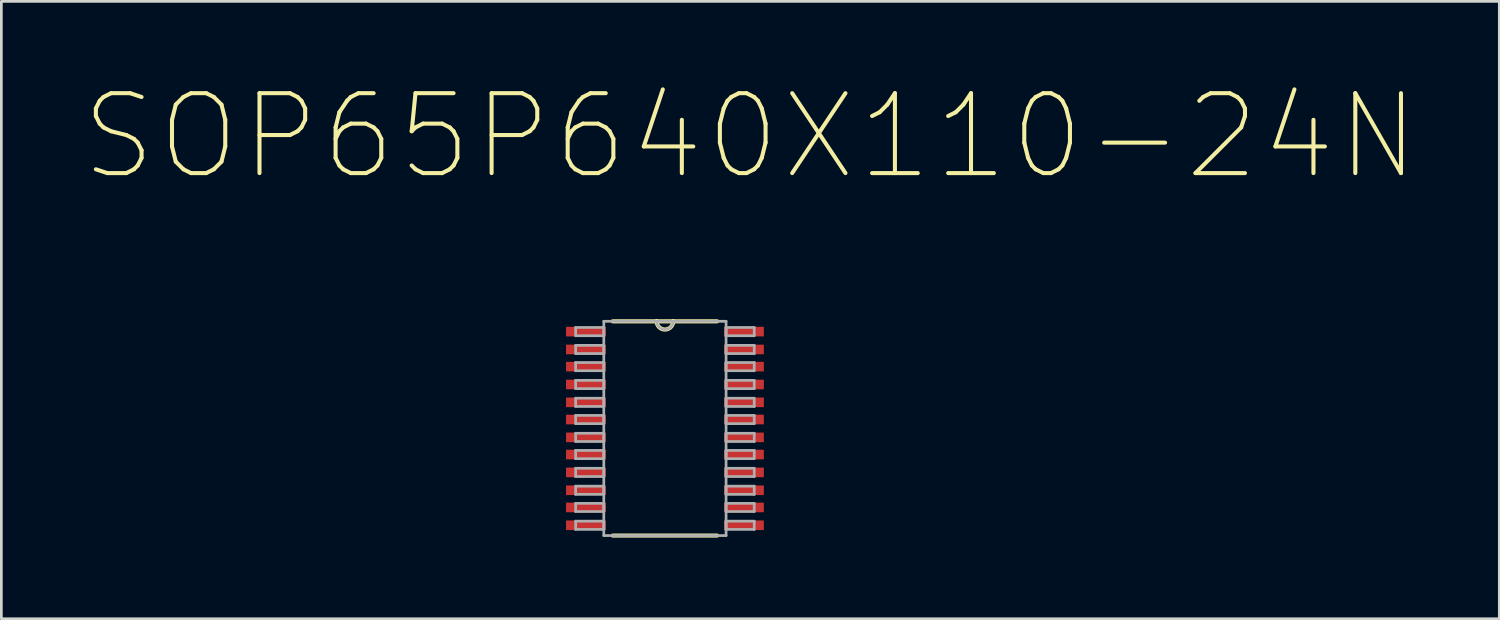
<source format=kicad_pcb>
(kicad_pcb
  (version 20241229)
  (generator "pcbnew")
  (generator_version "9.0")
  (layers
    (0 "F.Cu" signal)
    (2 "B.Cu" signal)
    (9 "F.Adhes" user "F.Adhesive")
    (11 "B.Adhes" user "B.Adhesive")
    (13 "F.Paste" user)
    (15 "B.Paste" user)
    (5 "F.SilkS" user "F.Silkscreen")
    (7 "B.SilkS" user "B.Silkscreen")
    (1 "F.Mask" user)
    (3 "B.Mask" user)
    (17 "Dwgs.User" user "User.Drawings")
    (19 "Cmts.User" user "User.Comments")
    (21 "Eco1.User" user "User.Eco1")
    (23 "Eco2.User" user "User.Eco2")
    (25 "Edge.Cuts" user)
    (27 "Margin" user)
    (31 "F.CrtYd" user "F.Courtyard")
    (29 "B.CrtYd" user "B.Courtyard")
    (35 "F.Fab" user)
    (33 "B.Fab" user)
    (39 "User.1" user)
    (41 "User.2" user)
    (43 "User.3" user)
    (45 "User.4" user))
  (footprint "SOP65P640X110-24N"
    (layer "F.Cu")
    (at 21.541 12.795)
    (property "Reference" "SOP65P640X110-24N" (at 3.158 -10.803 0) (layer "F.SilkS") (effects (font (size 2.955 2.955) (thickness 0.15))))
    (attr through_hole)
    (fp_line (start -1.93 3.962) (end 1.93 3.962) (stroke (width 0.152) (type solid)) (layer "F.SilkS"))
    (fp_line (start -0.305 -3.962) (end -1.93 -3.962) (stroke (width 0.152) (type solid)) (layer "F.SilkS"))
    (fp_line (start 0.305 -3.962) (end -0.305 -3.962) (stroke (width 0.152) (type solid)) (layer "F.SilkS"))
    (fp_line (start 1.93 -3.962) (end 0.305 -3.962) (stroke (width 0.152) (type solid)) (layer "F.SilkS"))
    (fp_arc (start 0.3048 -3.9624) (mid 0 -3.6576) (end -0.3048 -3.9624) (stroke (width 0.1524) (type solid)) (layer "F.SilkS"))
    (fp_line (start -3.302 -3.734) (end -3.302 -3.429) (stroke (width 0.1) (type solid)) (layer "F.Fab"))
    (fp_line (start -3.302 -3.429) (end -2.261 -3.429) (stroke (width 0.1) (type solid)) (layer "F.Fab"))
    (fp_line (start -3.302 -3.073) (end -3.302 -2.769) (stroke (width 0.1) (type solid)) (layer "F.Fab"))
    (fp_line (start -3.302 -2.769) (end -2.261 -2.769) (stroke (width 0.1) (type solid)) (layer "F.Fab"))
    (fp_line (start -3.302 -2.438) (end -3.302 -2.134) (stroke (width 0.1) (type solid)) (layer "F.Fab"))
    (fp_line (start -3.302 -2.134) (end -2.261 -2.134) (stroke (width 0.1) (type solid)) (layer "F.Fab"))
    (fp_line (start -3.302 -1.778) (end -3.302 -1.473) (stroke (width 0.1) (type solid)) (layer "F.Fab"))
    (fp_line (start -3.302 -1.473) (end -2.261 -1.473) (stroke (width 0.1) (type solid)) (layer "F.Fab"))
    (fp_line (start -3.302 -1.118) (end -3.302 -0.813) (stroke (width 0.1) (type solid)) (layer "F.Fab"))
    (fp_line (start -3.302 -0.813) (end -2.261 -0.813) (stroke (width 0.1) (type solid)) (layer "F.Fab"))
    (fp_line (start -3.302 -0.483) (end -3.302 -0.178) (stroke (width 0.1) (type solid)) (layer "F.Fab"))
    (fp_line (start -3.302 -0.178) (end -2.261 -0.178) (stroke (width 0.1) (type solid)) (layer "F.Fab"))
    (fp_line (start -3.302 0.178) (end -3.302 0.483) (stroke (width 0.1) (type solid)) (layer "F.Fab"))
    (fp_line (start -3.302 0.483) (end -2.261 0.483) (stroke (width 0.1) (type solid)) (layer "F.Fab"))
    (fp_line (start -3.302 0.813) (end -3.302 1.118) (stroke (width 0.1) (type solid)) (layer "F.Fab"))
    (fp_line (start -3.302 1.118) (end -2.261 1.118) (stroke (width 0.1) (type solid)) (layer "F.Fab"))
    (fp_line (start -3.302 1.473) (end -3.302 1.778) (stroke (width 0.1) (type solid)) (layer "F.Fab"))
    (fp_line (start -3.302 1.778) (end -2.261 1.778) (stroke (width 0.1) (type solid)) (layer "F.Fab"))
    (fp_line (start -3.302 2.134) (end -3.302 2.438) (stroke (width 0.1) (type solid)) (layer "F.Fab"))
    (fp_line (start -3.302 2.438) (end -2.261 2.438) (stroke (width 0.1) (type solid)) (layer "F.Fab"))
    (fp_line (start -3.302 2.769) (end -3.302 3.073) (stroke (width 0.1) (type solid)) (layer "F.Fab"))
    (fp_line (start -3.302 3.073) (end -2.261 3.073) (stroke (width 0.1) (type solid)) (layer "F.Fab"))
    (fp_line (start -3.302 3.429) (end -3.302 3.734) (stroke (width 0.1) (type solid)) (layer "F.Fab"))
    (fp_line (start -3.302 3.734) (end -2.261 3.734) (stroke (width 0.1) (type solid)) (layer "F.Fab"))
    (fp_line (start -2.261 -3.962) (end -2.261 3.962) (stroke (width 0.1) (type solid)) (layer "F.Fab"))
    (fp_line (start -2.261 -3.734) (end -3.302 -3.734) (stroke (width 0.1) (type solid)) (layer "F.Fab"))
    (fp_line (start -2.261 -3.429) (end -2.261 -3.734) (stroke (width 0.1) (type solid)) (layer "F.Fab"))
    (fp_line (start -2.261 -3.073) (end -3.302 -3.073) (stroke (width 0.1) (type solid)) (layer "F.Fab"))
    (fp_line (start -2.261 -2.769) (end -2.261 -3.073) (stroke (width 0.1) (type solid)) (layer "F.Fab"))
    (fp_line (start -2.261 -2.438) (end -3.302 -2.438) (stroke (width 0.1) (type solid)) (layer "F.Fab"))
    (fp_line (start -2.261 -2.134) (end -2.261 -2.438) (stroke (width 0.1) (type solid)) (layer "F.Fab"))
    (fp_line (start -2.261 -1.778) (end -3.302 -1.778) (stroke (width 0.1) (type solid)) (layer "F.Fab"))
    (fp_line (start -2.261 -1.473) (end -2.261 -1.778) (stroke (width 0.1) (type solid)) (layer "F.Fab"))
    (fp_line (start -2.261 -1.118) (end -3.302 -1.118) (stroke (width 0.1) (type solid)) (layer "F.Fab"))
    (fp_line (start -2.261 -0.813) (end -2.261 -1.118) (stroke (width 0.1) (type solid)) (layer "F.Fab"))
    (fp_line (start -2.261 -0.483) (end -3.302 -0.483) (stroke (width 0.1) (type solid)) (layer "F.Fab"))
    (fp_line (start -2.261 -0.178) (end -2.261 -0.483) (stroke (width 0.1) (type solid)) (layer "F.Fab"))
    (fp_line (start -2.261 0.178) (end -3.302 0.178) (stroke (width 0.1) (type solid)) (layer "F.Fab"))
    (fp_line (start -2.261 0.483) (end -2.261 0.178) (stroke (width 0.1) (type solid)) (layer "F.Fab"))
    (fp_line (start -2.261 0.813) (end -3.302 0.813) (stroke (width 0.1) (type solid)) (layer "F.Fab"))
    (fp_line (start -2.261 1.118) (end -2.261 0.813) (stroke (width 0.1) (type solid)) (layer "F.Fab"))
    (fp_line (start -2.261 1.473) (end -3.302 1.473) (stroke (width 0.1) (type solid)) (layer "F.Fab"))
    (fp_line (start -2.261 1.778) (end -2.261 1.473) (stroke (width 0.1) (type solid)) (layer "F.Fab"))
    (fp_line (start -2.261 2.134) (end -3.302 2.134) (stroke (width 0.1) (type solid)) (layer "F.Fab"))
    (fp_line (start -2.261 2.438) (end -2.261 2.134) (stroke (width 0.1) (type solid)) (layer "F.Fab"))
    (fp_line (start -2.261 2.769) (end -3.302 2.769) (stroke (width 0.1) (type solid)) (layer "F.Fab"))
    (fp_line (start -2.261 3.073) (end -2.261 2.769) (stroke (width 0.1) (type solid)) (layer "F.Fab"))
    (fp_line (start -2.261 3.429) (end -3.302 3.429) (stroke (width 0.1) (type solid)) (layer "F.Fab"))
    (fp_line (start -2.261 3.734) (end -2.261 3.429) (stroke (width 0.1) (type solid)) (layer "F.Fab"))
    (fp_line (start -2.261 3.962) (end 2.261 3.962) (stroke (width 0.1) (type solid)) (layer "F.Fab"))
    (fp_line (start -0.305 -3.962) (end -2.261 -3.962) (stroke (width 0.1) (type solid)) (layer "F.Fab"))
    (fp_line (start 0.305 -3.962) (end -0.305 -3.962) (stroke (width 0.1) (type solid)) (layer "F.Fab"))
    (fp_line (start 2.261 -3.962) (end 0.305 -3.962) (stroke (width 0.1) (type solid)) (layer "F.Fab"))
    (fp_line (start 2.261 -3.734) (end 2.261 -3.429) (stroke (width 0.1) (type solid)) (layer "F.Fab"))
    (fp_line (start 2.261 -3.429) (end 3.302 -3.429) (stroke (width 0.1) (type solid)) (layer "F.Fab"))
    (fp_line (start 2.261 -3.073) (end 2.261 -2.769) (stroke (width 0.1) (type solid)) (layer "F.Fab"))
    (fp_line (start 2.261 -2.769) (end 3.302 -2.769) (stroke (width 0.1) (type solid)) (layer "F.Fab"))
    (fp_line (start 2.261 -2.438) (end 2.261 -2.134) (stroke (width 0.1) (type solid)) (layer "F.Fab"))
    (fp_line (start 2.261 -2.134) (end 3.302 -2.134) (stroke (width 0.1) (type solid)) (layer "F.Fab"))
    (fp_line (start 2.261 -1.778) (end 2.261 -1.473) (stroke (width 0.1) (type solid)) (layer "F.Fab"))
    (fp_line (start 2.261 -1.473) (end 3.302 -1.473) (stroke (width 0.1) (type solid)) (layer "F.Fab"))
    (fp_line (start 2.261 -1.118) (end 2.261 -0.813) (stroke (width 0.1) (type solid)) (layer "F.Fab"))
    (fp_line (start 2.261 -0.813) (end 3.302 -0.813) (stroke (width 0.1) (type solid)) (layer "F.Fab"))
    (fp_line (start 2.261 -0.483) (end 2.261 -0.178) (stroke (width 0.1) (type solid)) (layer "F.Fab"))
    (fp_line (start 2.261 -0.178) (end 3.302 -0.178) (stroke (width 0.1) (type solid)) (layer "F.Fab"))
    (fp_line (start 2.261 0.178) (end 2.261 0.483) (stroke (width 0.1) (type solid)) (layer "F.Fab"))
    (fp_line (start 2.261 0.483) (end 3.302 0.483) (stroke (width 0.1) (type solid)) (layer "F.Fab"))
    (fp_line (start 2.261 0.813) (end 2.261 1.118) (stroke (width 0.1) (type solid)) (layer "F.Fab"))
    (fp_line (start 2.261 1.118) (end 3.302 1.118) (stroke (width 0.1) (type solid)) (layer "F.Fab"))
    (fp_line (start 2.261 1.473) (end 2.261 1.778) (stroke (width 0.1) (type solid)) (layer "F.Fab"))
    (fp_line (start 2.261 1.778) (end 3.302 1.778) (stroke (width 0.1) (type solid)) (layer "F.Fab"))
    (fp_line (start 2.261 2.134) (end 2.261 2.438) (stroke (width 0.1) (type solid)) (layer "F.Fab"))
    (fp_line (start 2.261 2.438) (end 3.302 2.438) (stroke (width 0.1) (type solid)) (layer "F.Fab"))
    (fp_line (start 2.261 2.769) (end 2.261 3.073) (stroke (width 0.1) (type solid)) (layer "F.Fab"))
    (fp_line (start 2.261 3.073) (end 3.302 3.073) (stroke (width 0.1) (type solid)) (layer "F.Fab"))
    (fp_line (start 2.261 3.429) (end 2.261 3.734) (stroke (width 0.1) (type solid)) (layer "F.Fab"))
    (fp_line (start 2.261 3.734) (end 3.302 3.734) (stroke (width 0.1) (type solid)) (layer "F.Fab"))
    (fp_line (start 2.261 3.962) (end 2.261 -3.962) (stroke (width 0.1) (type solid)) (layer "F.Fab"))
    (fp_line (start 3.302 -3.734) (end 2.261 -3.734) (stroke (width 0.1) (type solid)) (layer "F.Fab"))
    (fp_line (start 3.302 -3.429) (end 3.302 -3.734) (stroke (width 0.1) (type solid)) (layer "F.Fab"))
    (fp_line (start 3.302 -3.073) (end 2.261 -3.073) (stroke (width 0.1) (type solid)) (layer "F.Fab"))
    (fp_line (start 3.302 -2.769) (end 3.302 -3.073) (stroke (width 0.1) (type solid)) (layer "F.Fab"))
    (fp_line (start 3.302 -2.438) (end 2.261 -2.438) (stroke (width 0.1) (type solid)) (layer "F.Fab"))
    (fp_line (start 3.302 -2.134) (end 3.302 -2.438) (stroke (width 0.1) (type solid)) (layer "F.Fab"))
    (fp_line (start 3.302 -1.778) (end 2.261 -1.778) (stroke (width 0.1) (type solid)) (layer "F.Fab"))
    (fp_line (start 3.302 -1.473) (end 3.302 -1.778) (stroke (width 0.1) (type solid)) (layer "F.Fab"))
    (fp_line (start 3.302 -1.118) (end 2.261 -1.118) (stroke (width 0.1) (type solid)) (layer "F.Fab"))
    (fp_line (start 3.302 -0.813) (end 3.302 -1.118) (stroke (width 0.1) (type solid)) (layer "F.Fab"))
    (fp_line (start 3.302 -0.483) (end 2.261 -0.483) (stroke (width 0.1) (type solid)) (layer "F.Fab"))
    (fp_line (start 3.302 -0.178) (end 3.302 -0.483) (stroke (width 0.1) (type solid)) (layer "F.Fab"))
    (fp_line (start 3.302 0.178) (end 2.261 0.178) (stroke (width 0.1) (type solid)) (layer "F.Fab"))
    (fp_line (start 3.302 0.483) (end 3.302 0.178) (stroke (width 0.1) (type solid)) (layer "F.Fab"))
    (fp_line (start 3.302 0.813) (end 2.261 0.813) (stroke (width 0.1) (type solid)) (layer "F.Fab"))
    (fp_line (start 3.302 1.118) (end 3.302 0.813) (stroke (width 0.1) (type solid)) (layer "F.Fab"))
    (fp_line (start 3.302 1.473) (end 2.261 1.473) (stroke (width 0.1) (type solid)) (layer "F.Fab"))
    (fp_line (start 3.302 1.778) (end 3.302 1.473) (stroke (width 0.1) (type solid)) (layer "F.Fab"))
    (fp_line (start 3.302 2.134) (end 2.261 2.134) (stroke (width 0.1) (type solid)) (layer "F.Fab"))
    (fp_line (start 3.302 2.438) (end 3.302 2.134) (stroke (width 0.1) (type solid)) (layer "F.Fab"))
    (fp_line (start 3.302 2.769) (end 2.261 2.769) (stroke (width 0.1) (type solid)) (layer "F.Fab"))
    (fp_line (start 3.302 3.073) (end 3.302 2.769) (stroke (width 0.1) (type solid)) (layer "F.Fab"))
    (fp_line (start 3.302 3.429) (end 2.261 3.429) (stroke (width 0.1) (type solid)) (layer "F.Fab"))
    (fp_line (start 3.302 3.734) (end 3.302 3.429) (stroke (width 0.1) (type solid)) (layer "F.Fab"))
    (fp_arc (start 0.3048 -3.9624) (mid 0 -3.6576) (end -0.3048 -3.9624) (stroke (width 0.1) (type solid)) (layer "F.Fab"))
    (pad "1" smd rect (at -2.921 -3.581) (size 1.473 0.356) (layers "F.Cu" "F.Mask" "F.Paste"))
    (pad "2" smd rect (at -2.921 -2.921) (size 1.473 0.356) (layers "F.Cu" "F.Mask" "F.Paste"))
    (pad "3" smd rect (at -2.921 -2.286) (size 1.473 0.356) (layers "F.Cu" "F.Mask" "F.Paste"))
    (pad "4" smd rect (at -2.921 -1.626) (size 1.473 0.356) (layers "F.Cu" "F.Mask" "F.Paste"))
    (pad "5" smd rect (at -2.921 -0.965) (size 1.473 0.356) (layers "F.Cu" "F.Mask" "F.Paste"))
    (pad "6" smd rect (at -2.921 -0.33) (size 1.473 0.356) (layers "F.Cu" "F.Mask" "F.Paste"))
    (pad "7" smd rect (at -2.921 0.33) (size 1.473 0.356) (layers "F.Cu" "F.Mask" "F.Paste"))
    (pad "8" smd rect (at -2.921 0.965) (size 1.473 0.356) (layers "F.Cu" "F.Mask" "F.Paste"))
    (pad "9" smd rect (at -2.921 1.626) (size 1.473 0.356) (layers "F.Cu" "F.Mask" "F.Paste"))
    (pad "10" smd rect (at -2.921 2.286) (size 1.473 0.356) (layers "F.Cu" "F.Mask" "F.Paste"))
    (pad "11" smd rect (at -2.921 2.921) (size 1.473 0.356) (layers "F.Cu" "F.Mask" "F.Paste"))
    (pad "12" smd rect (at -2.921 3.581) (size 1.473 0.356) (layers "F.Cu" "F.Mask" "F.Paste"))
    (pad "13" smd rect (at 2.921 3.581) (size 1.473 0.356) (layers "F.Cu" "F.Mask" "F.Paste"))
    (pad "14" smd rect (at 2.921 2.921) (size 1.473 0.356) (layers "F.Cu" "F.Mask" "F.Paste"))
    (pad "15" smd rect (at 2.921 2.286) (size 1.473 0.356) (layers "F.Cu" "F.Mask" "F.Paste"))
    (pad "16" smd rect (at 2.921 1.626) (size 1.473 0.356) (layers "F.Cu" "F.Mask" "F.Paste"))
    (pad "17" smd rect (at 2.921 0.965) (size 1.473 0.356) (layers "F.Cu" "F.Mask" "F.Paste"))
    (pad "18" smd rect (at 2.921 0.33) (size 1.473 0.356) (layers "F.Cu" "F.Mask" "F.Paste"))
    (pad "19" smd rect (at 2.921 -0.33) (size 1.473 0.356) (layers "F.Cu" "F.Mask" "F.Paste"))
    (pad "20" smd rect (at 2.921 -0.965) (size 1.473 0.356) (layers "F.Cu" "F.Mask" "F.Paste"))
    (pad "21" smd rect (at 2.921 -1.626) (size 1.473 0.356) (layers "F.Cu" "F.Mask" "F.Paste"))
    (pad "22" smd rect (at 2.921 -2.286) (size 1.473 0.356) (layers "F.Cu" "F.Mask" "F.Paste"))
    (pad "23" smd rect (at 2.921 -2.921) (size 1.473 0.356) (layers "F.Cu" "F.Mask" "F.Paste"))
    (pad "24" smd rect (at 2.921 -3.581) (size 1.473 0.356) (layers "F.Cu" "F.Mask" "F.Paste")))
  (gr_rect
    (start -3 -3)
    (end 52.398 19.833)
    (stroke (width 0.1) (type default))
    (fill no)
    (layer "Edge.Cuts")))
</source>
